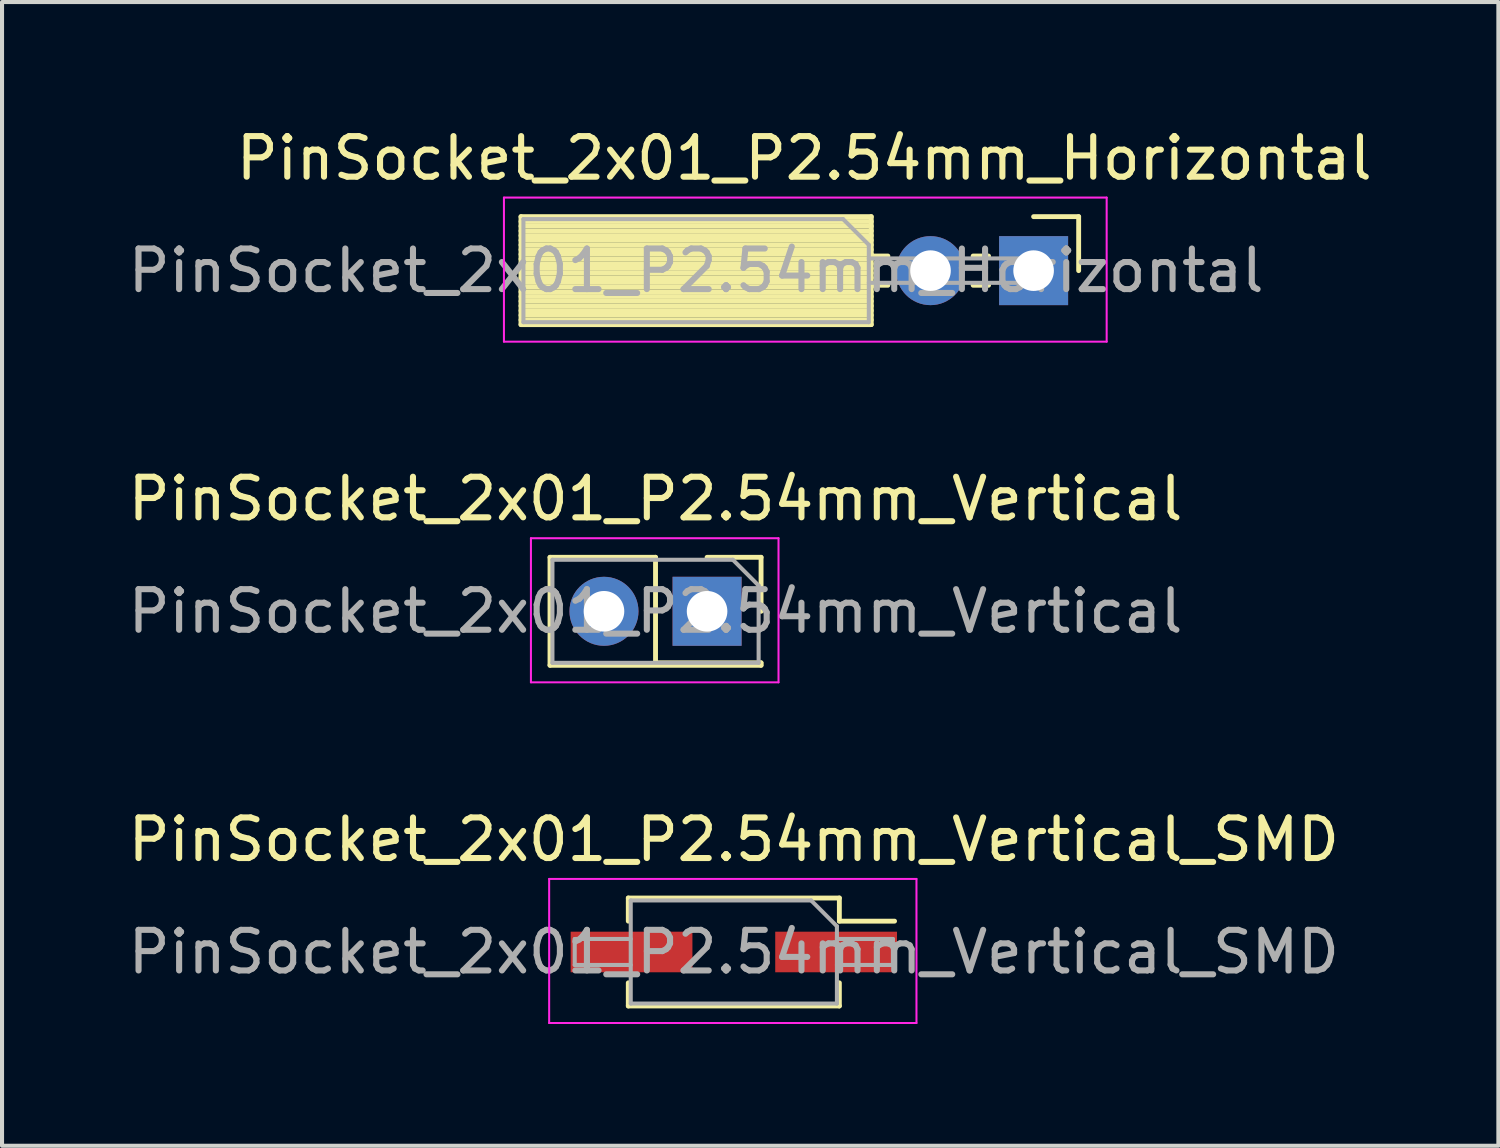
<source format=kicad_pcb>
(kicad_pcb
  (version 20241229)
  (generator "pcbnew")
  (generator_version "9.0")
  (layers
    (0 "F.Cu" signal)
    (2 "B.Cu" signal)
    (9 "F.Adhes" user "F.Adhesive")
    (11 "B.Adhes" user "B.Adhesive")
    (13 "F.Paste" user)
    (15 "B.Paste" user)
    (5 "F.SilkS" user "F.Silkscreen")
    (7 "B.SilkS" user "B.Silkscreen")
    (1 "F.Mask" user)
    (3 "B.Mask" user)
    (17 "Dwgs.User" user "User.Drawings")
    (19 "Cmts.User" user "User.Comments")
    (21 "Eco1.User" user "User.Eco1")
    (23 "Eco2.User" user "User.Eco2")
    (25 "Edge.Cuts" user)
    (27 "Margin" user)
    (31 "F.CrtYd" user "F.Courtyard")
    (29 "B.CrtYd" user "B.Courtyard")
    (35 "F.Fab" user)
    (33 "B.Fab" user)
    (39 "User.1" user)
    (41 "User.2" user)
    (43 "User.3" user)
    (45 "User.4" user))
  (footprint "PinSocket_2x01_P2.54mm_Vertical_SMD"
    (layer "F.Cu")
    (at 15.03 20.405)
    (property "Reference" "PinSocket_2x01_P2.54mm_Vertical_SMD" (at 0 -2.77 0) (layer "F.SilkS") (effects (font (size 1 1) (thickness 0.15))))
    (attr smd)
    (fp_line (start -2.6 -1.33) (end -2.6 -0.76) (stroke (width 0.12) (type solid)) (layer "F.SilkS"))
    (fp_line (start -2.6 -1.33) (end 2.6 -1.33) (stroke (width 0.12) (type solid)) (layer "F.SilkS"))
    (fp_line (start -2.6 0.76) (end -2.6 1.33) (stroke (width 0.12) (type solid)) (layer "F.SilkS"))
    (fp_line (start -2.6 1.33) (end 2.6 1.33) (stroke (width 0.12) (type solid)) (layer "F.SilkS"))
    (fp_line (start 2.6 -1.33) (end 2.6 -0.76) (stroke (width 0.12) (type solid)) (layer "F.SilkS"))
    (fp_line (start 2.6 -0.76) (end 3.96 -0.76) (stroke (width 0.12) (type solid)) (layer "F.SilkS"))
    (fp_line (start 2.6 0.76) (end 2.6 1.33) (stroke (width 0.12) (type solid)) (layer "F.SilkS"))
    (fp_line (start -4.55 -1.8) (end 4.5 -1.8) (stroke (width 0.05) (type solid)) (layer "F.CrtYd"))
    (fp_line (start -4.55 1.75) (end -4.55 -1.8) (stroke (width 0.05) (type solid)) (layer "F.CrtYd"))
    (fp_line (start 4.5 -1.8) (end 4.5 1.75) (stroke (width 0.05) (type solid)) (layer "F.CrtYd"))
    (fp_line (start 4.5 1.75) (end -4.55 1.75) (stroke (width 0.05) (type solid)) (layer "F.CrtYd"))
    (fp_line (start -3.92 -0.32) (end -2.54 -0.32) (stroke (width 0.1) (type solid)) (layer "F.Fab"))
    (fp_line (start -3.92 0.32) (end -3.92 -0.32) (stroke (width 0.1) (type solid)) (layer "F.Fab"))
    (fp_line (start -2.54 -1.27) (end 1.905 -1.27) (stroke (width 0.1) (type solid)) (layer "F.Fab"))
    (fp_line (start -2.54 0.32) (end -3.92 0.32) (stroke (width 0.1) (type solid)) (layer "F.Fab"))
    (fp_line (start -2.54 1.27) (end -2.54 -1.27) (stroke (width 0.1) (type solid)) (layer "F.Fab"))
    (fp_line (start 1.905 -1.27) (end 2.54 -0.635) (stroke (width 0.1) (type solid)) (layer "F.Fab"))
    (fp_line (start 2.54 -0.635) (end 2.54 1.27) (stroke (width 0.1) (type solid)) (layer "F.Fab"))
    (fp_line (start 2.54 -0.32) (end 3.92 -0.32) (stroke (width 0.1) (type solid)) (layer "F.Fab"))
    (fp_line (start 2.54 1.27) (end -2.54 1.27) (stroke (width 0.1) (type solid)) (layer "F.Fab"))
    (fp_line (start 3.92 -0.32) (end 3.92 0.32) (stroke (width 0.1) (type solid)) (layer "F.Fab"))
    (fp_line (start 3.92 0.32) (end 2.54 0.32) (stroke (width 0.1) (type solid)) (layer "F.Fab"))
    (fp_text user "${REFERENCE}" (at 0 0 0) (layer "F.Fab") (effects (font (size 1 1) (thickness 0.15))))
    (pad "1" smd rect (at 2.52 0) (size 3 1) (layers "F.Cu" "F.Mask" "F.Paste"))
    (pad "2" smd rect (at -2.52 0) (size 3 1) (layers "F.Cu" "F.Mask" "F.Paste")))
  (footprint "PinSocket_2x01_P2.54mm_Horizontal"
    (layer "F.Cu")
    (at 22.416 3.618)
    (property "Reference" "PinSocket_2x01_P2.54mm_Horizontal" (at -5.65 -2.77 0) (layer "F.SilkS") (effects (font (size 1 1) (thickness 0.15))))
    (attr through_hole)
    (fp_line (start -12.63 -1.33) (end -12.63 1.33) (stroke (width 0.12) (type solid)) (layer "F.SilkS"))
    (fp_line (start -12.63 -1.33) (end -4 -1.33) (stroke (width 0.12) (type solid)) (layer "F.SilkS"))
    (fp_line (start -12.63 -1.21) (end -4 -1.21) (stroke (width 0.12) (type solid)) (layer "F.SilkS"))
    (fp_line (start -12.63 -1.095) (end -4 -1.095) (stroke (width 0.12) (type solid)) (layer "F.SilkS"))
    (fp_line (start -12.63 -0.979) (end -4 -0.979) (stroke (width 0.12) (type solid)) (layer "F.SilkS"))
    (fp_line (start -12.63 -0.864) (end -4 -0.864) (stroke (width 0.12) (type solid)) (layer "F.SilkS"))
    (fp_line (start -12.63 -0.748) (end -4 -0.748) (stroke (width 0.12) (type solid)) (layer "F.SilkS"))
    (fp_line (start -12.63 -0.633) (end -4 -0.633) (stroke (width 0.12) (type solid)) (layer "F.SilkS"))
    (fp_line (start -12.63 -0.517) (end -4 -0.517) (stroke (width 0.12) (type solid)) (layer "F.SilkS"))
    (fp_line (start -12.63 -0.402) (end -4 -0.402) (stroke (width 0.12) (type solid)) (layer "F.SilkS"))
    (fp_line (start -12.63 -0.286) (end -4 -0.286) (stroke (width 0.12) (type solid)) (layer "F.SilkS"))
    (fp_line (start -12.63 -0.171) (end -4 -0.171) (stroke (width 0.12) (type solid)) (layer "F.SilkS"))
    (fp_line (start -12.63 -0.055) (end -4 -0.055) (stroke (width 0.12) (type solid)) (layer "F.SilkS"))
    (fp_line (start -12.63 0.06) (end -4 0.06) (stroke (width 0.12) (type solid)) (layer "F.SilkS"))
    (fp_line (start -12.63 0.175) (end -4 0.175) (stroke (width 0.12) (type solid)) (layer "F.SilkS"))
    (fp_line (start -12.63 0.291) (end -4 0.291) (stroke (width 0.12) (type solid)) (layer "F.SilkS"))
    (fp_line (start -12.63 0.406) (end -4 0.406) (stroke (width 0.12) (type solid)) (layer "F.SilkS"))
    (fp_line (start -12.63 0.522) (end -4 0.522) (stroke (width 0.12) (type solid)) (layer "F.SilkS"))
    (fp_line (start -12.63 0.637) (end -4 0.637) (stroke (width 0.12) (type solid)) (layer "F.SilkS"))
    (fp_line (start -12.63 0.753) (end -4 0.753) (stroke (width 0.12) (type solid)) (layer "F.SilkS"))
    (fp_line (start -12.63 0.868) (end -4 0.868) (stroke (width 0.12) (type solid)) (layer "F.SilkS"))
    (fp_line (start -12.63 0.984) (end -4 0.984) (stroke (width 0.12) (type solid)) (layer "F.SilkS"))
    (fp_line (start -12.63 1.099) (end -4 1.099) (stroke (width 0.12) (type solid)) (layer "F.SilkS"))
    (fp_line (start -12.63 1.215) (end -4 1.215) (stroke (width 0.12) (type solid)) (layer "F.SilkS"))
    (fp_line (start -12.63 1.33) (end -4 1.33) (stroke (width 0.12) (type solid)) (layer "F.SilkS"))
    (fp_line (start -4 -1.33) (end -4 1.33) (stroke (width 0.12) (type solid)) (layer "F.SilkS"))
    (fp_line (start -4 -0.36) (end -3.59 -0.36) (stroke (width 0.12) (type solid)) (layer "F.SilkS"))
    (fp_line (start -4 0.36) (end -3.59 0.36) (stroke (width 0.12) (type solid)) (layer "F.SilkS"))
    (fp_line (start -1.49 -0.36) (end -1.11 -0.36) (stroke (width 0.12) (type solid)) (layer "F.SilkS"))
    (fp_line (start -1.49 0.36) (end -1.11 0.36) (stroke (width 0.12) (type solid)) (layer "F.SilkS"))
    (fp_line (start 0 -1.33) (end 1.11 -1.33) (stroke (width 0.12) (type solid)) (layer "F.SilkS"))
    (fp_line (start 1.11 -1.33) (end 1.11 0) (stroke (width 0.12) (type solid)) (layer "F.SilkS"))
    (fp_line (start -13.05 -1.8) (end -13.05 1.75) (stroke (width 0.05) (type solid)) (layer "F.CrtYd"))
    (fp_line (start -13.05 1.75) (end 1.8 1.75) (stroke (width 0.05) (type solid)) (layer "F.CrtYd"))
    (fp_line (start 1.8 -1.8) (end -13.05 -1.8) (stroke (width 0.05) (type solid)) (layer "F.CrtYd"))
    (fp_line (start 1.8 1.75) (end 1.8 -1.8) (stroke (width 0.05) (type solid)) (layer "F.CrtYd"))
    (fp_line (start -12.57 -1.27) (end -4.695 -1.27) (stroke (width 0.1) (type solid)) (layer "F.Fab"))
    (fp_line (start -12.57 1.27) (end -12.57 -1.27) (stroke (width 0.1) (type solid)) (layer "F.Fab"))
    (fp_line (start -4.695 -1.27) (end -4.06 -0.635) (stroke (width 0.1) (type solid)) (layer "F.Fab"))
    (fp_line (start -4.06 -0.635) (end -4.06 1.27) (stroke (width 0.1) (type solid)) (layer "F.Fab"))
    (fp_line (start -4.06 0.3) (end 0 0.3) (stroke (width 0.1) (type solid)) (layer "F.Fab"))
    (fp_line (start -4.06 1.27) (end -12.57 1.27) (stroke (width 0.1) (type solid)) (layer "F.Fab"))
    (fp_line (start 0 -0.3) (end -4.06 -0.3) (stroke (width 0.1) (type solid)) (layer "F.Fab"))
    (fp_line (start 0 0.3) (end 0 -0.3) (stroke (width 0.1) (type solid)) (layer "F.Fab"))
    (fp_text user "${REFERENCE}" (at -8.315 0 0) (layer "F.Fab") (effects (font (size 1 1) (thickness 0.15))))
    (pad "1" thru_hole rect (at 0 0) (size 1.7 1.7) (drill 1) (layers "*.Cu" "*.Mask"))
    (pad "2" thru_hole oval (at -2.54 0) (size 1.7 1.7) (drill 1) (layers "*.Cu" "*.Mask")))
  (footprint "PinSocket_2x01_P2.54mm_Vertical"
    (layer "F.Cu")
    (at 14.371 12.011)
    (property "Reference" "PinSocket_2x01_P2.54mm_Vertical" (at -1.27 -2.77 0) (layer "F.SilkS") (effects (font (size 1 1) (thickness 0.15))))
    (attr through_hole)
    (fp_line (start -3.87 -1.33) (end -3.87 1.33) (stroke (width 0.12) (type solid)) (layer "F.SilkS"))
    (fp_line (start -3.87 -1.33) (end -1.27 -1.33) (stroke (width 0.12) (type solid)) (layer "F.SilkS"))
    (fp_line (start -3.87 1.33) (end 1.33 1.33) (stroke (width 0.12) (type solid)) (layer "F.SilkS"))
    (fp_line (start -1.27 -1.33) (end -1.27 1.27) (stroke (width 0.12) (type solid)) (layer "F.SilkS"))
    (fp_line (start -1.27 1.27) (end 1.33 1.27) (stroke (width 0.12) (type solid)) (layer "F.SilkS"))
    (fp_line (start 0 -1.33) (end 1.33 -1.33) (stroke (width 0.12) (type solid)) (layer "F.SilkS"))
    (fp_line (start 1.33 -1.33) (end 1.33 0) (stroke (width 0.12) (type solid)) (layer "F.SilkS"))
    (fp_line (start 1.33 1.27) (end 1.33 1.33) (stroke (width 0.12) (type solid)) (layer "F.SilkS"))
    (fp_line (start -4.34 -1.8) (end 1.76 -1.8) (stroke (width 0.05) (type solid)) (layer "F.CrtYd"))
    (fp_line (start -4.34 1.75) (end -4.34 -1.8) (stroke (width 0.05) (type solid)) (layer "F.CrtYd"))
    (fp_line (start 1.76 -1.8) (end 1.76 1.75) (stroke (width 0.05) (type solid)) (layer "F.CrtYd"))
    (fp_line (start 1.76 1.75) (end -4.34 1.75) (stroke (width 0.05) (type solid)) (layer "F.CrtYd"))
    (fp_line (start -3.81 -1.27) (end 0.635 -1.27) (stroke (width 0.1) (type solid)) (layer "F.Fab"))
    (fp_line (start -3.81 1.27) (end -3.81 -1.27) (stroke (width 0.1) (type solid)) (layer "F.Fab"))
    (fp_line (start 0.635 -1.27) (end 1.27 -0.635) (stroke (width 0.1) (type solid)) (layer "F.Fab"))
    (fp_line (start 1.27 -0.635) (end 1.27 1.27) (stroke (width 0.1) (type solid)) (layer "F.Fab"))
    (fp_line (start 1.27 1.27) (end -3.81 1.27) (stroke (width 0.1) (type solid)) (layer "F.Fab"))
    (fp_text user "${REFERENCE}" (at -1.27 0 0) (layer "F.Fab") (effects (font (size 1 1) (thickness 0.15))))
    (pad "1" thru_hole rect (at 0 0) (size 1.7 1.7) (drill 1) (layers "*.Cu" "*.Mask"))
    (pad "2" thru_hole oval (at -2.54 0) (size 1.7 1.7) (drill 1) (layers "*.Cu" "*.Mask")))
  (gr_rect
    (start -3 -3)
    (end 33.867 25.18)
    (stroke (width 0.1) (type default))
    (fill no)
    (layer "Edge.Cuts")))
</source>
